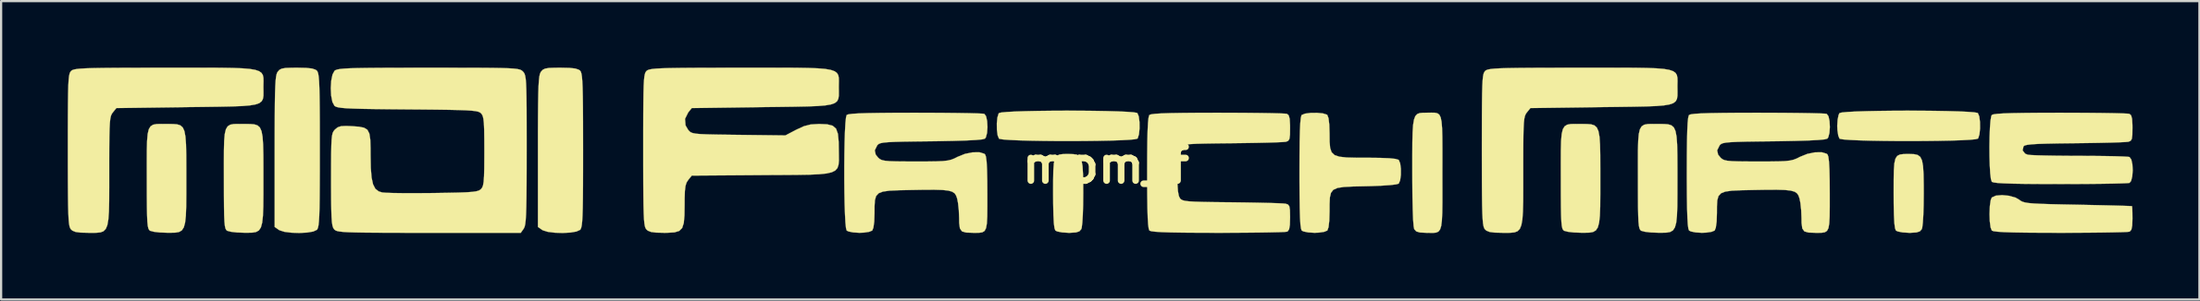
<source format=kicad_pcb>
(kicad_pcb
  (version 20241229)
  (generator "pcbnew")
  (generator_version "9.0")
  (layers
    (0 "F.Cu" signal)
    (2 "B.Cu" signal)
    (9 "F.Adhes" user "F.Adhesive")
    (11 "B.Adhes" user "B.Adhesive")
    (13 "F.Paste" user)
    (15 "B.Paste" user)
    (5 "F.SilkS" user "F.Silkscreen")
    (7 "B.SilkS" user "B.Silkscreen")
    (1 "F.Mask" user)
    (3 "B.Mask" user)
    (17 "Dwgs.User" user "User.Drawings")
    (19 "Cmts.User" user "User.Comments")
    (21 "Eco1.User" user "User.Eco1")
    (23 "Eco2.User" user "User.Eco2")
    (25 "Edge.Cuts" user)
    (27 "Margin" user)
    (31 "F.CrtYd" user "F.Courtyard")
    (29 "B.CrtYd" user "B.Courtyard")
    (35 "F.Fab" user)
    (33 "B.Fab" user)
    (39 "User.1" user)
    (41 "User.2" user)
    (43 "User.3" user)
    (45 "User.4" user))
  (footprint "mpm_f"
    (layer "F.Cu")
    (at 46.741 4.409)
    (property "Reference" "mpm_f" (at 0 0 0) (layer "F.SilkS") (effects (font (size 1.524 1.524) (thickness 0.3))))
    (attr through_hole)
    (fp_poly (pts (xy -1.67 -0.508) (xy -1.452 -0.501) (xy -1.288 -0.464) (xy -1.172 -0.377) (xy -1.094 -0.218) (xy -1.048 0.034) (xy -1.025 0.401) (xy -1.017 0.903) (xy -1.016 1.261) (xy -1.021 1.788) (xy -1.035 2.241) (xy -1.057 2.595) (xy -1.085 2.822) (xy -1.104 2.884) (xy -1.189 2.981) (xy -1.342 3.031) (xy -1.609 3.048) (xy -1.679 3.048) (xy -1.963 3.031) (xy -2.184 2.988) (xy -2.269 2.946) (xy -2.309 2.842) (xy -2.339 2.611) (xy -2.358 2.243) (xy -2.369 1.725) (xy -2.371 1.256) (xy -2.37 0.668) (xy -2.362 0.227) (xy -2.339 -0.087) (xy -2.291 -0.296) (xy -2.211 -0.421) (xy -2.089 -0.484) (xy -1.918 -0.506) (xy -1.689 -0.508) (xy -1.67 -0.508)) (stroke (width 0.01) (type solid)) (fill yes) (layer "F.SilkS"))
    (fp_poly (pts (xy 36.176 -0.508) (xy 36.394 -0.501) (xy 36.558 -0.464) (xy 36.674 -0.377) (xy 36.752 -0.218) (xy 36.798 0.034) (xy 36.821 0.401) (xy 36.829 0.903) (xy 36.83 1.261) (xy 36.825 1.788) (xy 36.811 2.241) (xy 36.789 2.595) (xy 36.761 2.822) (xy 36.742 2.884) (xy 36.657 2.981) (xy 36.504 3.031) (xy 36.237 3.048) (xy 36.167 3.048) (xy 35.883 3.031) (xy 35.662 2.988) (xy 35.577 2.946) (xy 35.537 2.842) (xy 35.507 2.611) (xy 35.488 2.243) (xy 35.477 1.725) (xy 35.475 1.256) (xy 35.476 0.668) (xy 35.484 0.227) (xy 35.507 -0.087) (xy 35.555 -0.296) (xy 35.635 -0.421) (xy 35.757 -0.484) (xy 35.928 -0.506) (xy 36.157 -0.508) (xy 36.176 -0.508)) (stroke (width 0.01) (type solid)) (fill yes) (layer "F.SilkS"))
    (fp_poly (pts (xy -1.164 -2.462) (xy -0.549 -2.456) (xy 0.023 -2.446) (xy 0.527 -2.432) (xy 0.941 -2.413) (xy 1.241 -2.391) (xy 1.403 -2.364) (xy 1.422 -2.354) (xy 1.484 -2.205) (xy 1.516 -1.954) (xy 1.519 -1.663) (xy 1.493 -1.398) (xy 1.438 -1.222) (xy 1.422 -1.202) (xy 1.311 -1.174) (xy 1.054 -1.15) (xy 0.675 -1.13) (xy 0.198 -1.114) (xy -0.354 -1.103) (xy -0.957 -1.096) (xy -1.588 -1.093) (xy -2.223 -1.094) (xy -2.838 -1.1) (xy -3.409 -1.11) (xy -3.914 -1.124) (xy -4.328 -1.143) (xy -4.628 -1.165) (xy -4.79 -1.192) (xy -4.809 -1.202) (xy -4.87 -1.351) (xy -4.903 -1.602) (xy -4.906 -1.893) (xy -4.88 -2.158) (xy -4.825 -2.334) (xy -4.809 -2.354) (xy -4.698 -2.382) (xy -4.441 -2.406) (xy -4.062 -2.426) (xy -3.585 -2.442) (xy -3.033 -2.453) (xy -2.43 -2.46) (xy -1.799 -2.463) (xy -1.164 -2.462)) (stroke (width 0.01) (type solid)) (fill yes) (layer "F.SilkS"))
    (fp_poly (pts (xy 36.682 -2.462) (xy 37.297 -2.456) (xy 37.869 -2.446) (xy 38.373 -2.432) (xy 38.787 -2.413) (xy 39.087 -2.391) (xy 39.249 -2.364) (xy 39.268 -2.354) (xy 39.33 -2.205) (xy 39.362 -1.954) (xy 39.365 -1.663) (xy 39.339 -1.398) (xy 39.284 -1.222) (xy 39.268 -1.202) (xy 39.157 -1.174) (xy 38.9 -1.15) (xy 38.521 -1.13) (xy 38.044 -1.114) (xy 37.492 -1.103) (xy 36.889 -1.096) (xy 36.258 -1.093) (xy 35.623 -1.094) (xy 35.008 -1.1) (xy 34.437 -1.11) (xy 33.932 -1.124) (xy 33.518 -1.143) (xy 33.218 -1.165) (xy 33.056 -1.192) (xy 33.037 -1.202) (xy 32.981 -1.339) (xy 32.944 -1.582) (xy 32.935 -1.778) (xy 32.953 -2.058) (xy 32.997 -2.275) (xy 33.037 -2.354) (xy 33.148 -2.382) (xy 33.405 -2.406) (xy 33.784 -2.426) (xy 34.261 -2.442) (xy 34.813 -2.453) (xy 35.416 -2.46) (xy 36.047 -2.463) (xy 36.682 -2.462)) (stroke (width 0.01) (type solid)) (fill yes) (layer "F.SilkS"))
    (fp_poly (pts (xy -42.259 -1.863) (xy -42.012 -1.862) (xy -41.817 -1.847) (xy -41.669 -1.801) (xy -41.561 -1.705) (xy -41.487 -1.541) (xy -41.441 -1.291) (xy -41.415 -0.936) (xy -41.404 -0.459) (xy -41.402 0.158) (xy -41.402 0.593) (xy -41.402 1.301) (xy -41.407 1.859) (xy -41.423 2.283) (xy -41.457 2.592) (xy -41.515 2.804) (xy -41.603 2.938) (xy -41.728 3.011) (xy -41.896 3.041) (xy -42.115 3.046) (xy -42.275 3.045) (xy -42.598 3.033) (xy -42.869 3.001) (xy -43.029 2.958) (xy -43.032 2.957) (xy -43.076 2.919) (xy -43.111 2.85) (xy -43.137 2.731) (xy -43.156 2.543) (xy -43.168 2.265) (xy -43.175 1.88) (xy -43.179 1.366) (xy -43.18 0.706) (xy -43.18 0.591) (xy -43.181 -0.118) (xy -43.179 -0.677) (xy -43.168 -1.102) (xy -43.141 -1.412) (xy -43.091 -1.625) (xy -43.011 -1.758) (xy -42.894 -1.831) (xy -42.735 -1.861) (xy -42.525 -1.865) (xy -42.259 -1.863)) (stroke (width 0.01) (type solid)) (fill yes) (layer "F.SilkS"))
    (fp_poly (pts (xy -38.788 -1.863) (xy -38.54 -1.862) (xy -38.346 -1.847) (xy -38.198 -1.801) (xy -38.09 -1.705) (xy -38.016 -1.541) (xy -37.969 -1.291) (xy -37.944 -0.936) (xy -37.933 -0.459) (xy -37.931 0.158) (xy -37.931 0.593) (xy -37.931 1.301) (xy -37.936 1.859) (xy -37.952 2.283) (xy -37.986 2.592) (xy -38.043 2.804) (xy -38.131 2.938) (xy -38.257 3.011) (xy -38.425 3.041) (xy -38.643 3.046) (xy -38.803 3.045) (xy -39.127 3.033) (xy -39.398 3.001) (xy -39.558 2.958) (xy -39.56 2.957) (xy -39.605 2.919) (xy -39.64 2.85) (xy -39.666 2.731) (xy -39.684 2.543) (xy -39.697 2.265) (xy -39.704 1.88) (xy -39.708 1.366) (xy -39.709 0.706) (xy -39.709 0.591) (xy -39.71 -0.118) (xy -39.708 -0.677) (xy -39.697 -1.102) (xy -39.67 -1.412) (xy -39.619 -1.625) (xy -39.539 -1.758) (xy -39.423 -1.831) (xy -39.263 -1.861) (xy -39.054 -1.865) (xy -38.788 -1.863)) (stroke (width 0.01) (type solid)) (fill yes) (layer "F.SilkS"))
    (fp_poly (pts (xy 14.815 -2.371) (xy 14.93 -2.347) (xy 15.017 -2.283) (xy 15.078 -2.162) (xy 15.118 -1.967) (xy 15.142 -1.681) (xy 15.153 -1.287) (xy 15.156 -0.767) (xy 15.156 -0.105) (xy 15.155 0.339) (xy 15.156 1.089) (xy 15.156 1.687) (xy 15.15 2.15) (xy 15.133 2.495) (xy 15.102 2.74) (xy 15.051 2.901) (xy 14.975 2.995) (xy 14.872 3.04) (xy 14.735 3.052) (xy 14.56 3.05) (xy 14.432 3.048) (xy 14.146 3.035) (xy 13.981 2.986) (xy 13.889 2.886) (xy 13.888 2.884) (xy 13.861 2.747) (xy 13.838 2.452) (xy 13.821 2.011) (xy 13.808 1.438) (xy 13.802 0.743) (xy 13.801 0.308) (xy 13.801 -0.435) (xy 13.804 -1.027) (xy 13.815 -1.484) (xy 13.838 -1.823) (xy 13.878 -2.063) (xy 13.938 -2.22) (xy 14.023 -2.312) (xy 14.138 -2.356) (xy 14.287 -2.37) (xy 14.474 -2.371) (xy 14.477 -2.371) (xy 14.665 -2.374) (xy 14.815 -2.371)) (stroke (width 0.01) (type solid)) (fill yes) (layer "F.SilkS"))
    (fp_poly (pts (xy 21.41 -1.863) (xy 21.658 -1.862) (xy 21.852 -1.847) (xy 22 -1.801) (xy 22.108 -1.705) (xy 22.182 -1.541) (xy 22.229 -1.291) (xy 22.254 -0.936) (xy 22.265 -0.459) (xy 22.267 0.158) (xy 22.267 0.593) (xy 22.267 1.301) (xy 22.262 1.859) (xy 22.246 2.283) (xy 22.212 2.592) (xy 22.155 2.804) (xy 22.067 2.938) (xy 21.941 3.011) (xy 21.773 3.041) (xy 21.555 3.046) (xy 21.395 3.045) (xy 21.071 3.033) (xy 20.8 3.001) (xy 20.64 2.958) (xy 20.637 2.957) (xy 20.593 2.919) (xy 20.558 2.85) (xy 20.532 2.731) (xy 20.514 2.543) (xy 20.501 2.265) (xy 20.494 1.88) (xy 20.49 1.366) (xy 20.489 0.706) (xy 20.489 0.591) (xy 20.488 -0.118) (xy 20.49 -0.677) (xy 20.501 -1.102) (xy 20.528 -1.412) (xy 20.579 -1.625) (xy 20.659 -1.758) (xy 20.775 -1.831) (xy 20.935 -1.861) (xy 21.144 -1.865) (xy 21.41 -1.863)) (stroke (width 0.01) (type solid)) (fill yes) (layer "F.SilkS"))
    (fp_poly (pts (xy 24.882 -1.863) (xy 25.129 -1.862) (xy 25.323 -1.847) (xy 25.471 -1.801) (xy 25.579 -1.705) (xy 25.653 -1.541) (xy 25.7 -1.291) (xy 25.726 -0.936) (xy 25.736 -0.459) (xy 25.739 0.158) (xy 25.739 0.593) (xy 25.738 1.301) (xy 25.734 1.859) (xy 25.717 2.283) (xy 25.684 2.592) (xy 25.626 2.804) (xy 25.538 2.938) (xy 25.413 3.011) (xy 25.244 3.041) (xy 25.026 3.046) (xy 24.866 3.045) (xy 24.542 3.033) (xy 24.272 3.001) (xy 24.111 2.958) (xy 24.109 2.957) (xy 24.064 2.919) (xy 24.03 2.85) (xy 24.004 2.731) (xy 23.985 2.543) (xy 23.973 2.265) (xy 23.965 1.88) (xy 23.962 1.366) (xy 23.961 0.706) (xy 23.961 0.591) (xy 23.96 -0.118) (xy 23.961 -0.677) (xy 23.973 -1.102) (xy 24 -1.412) (xy 24.05 -1.625) (xy 24.13 -1.758) (xy 24.246 -1.831) (xy 24.406 -1.861) (xy 24.616 -1.865) (xy 24.882 -1.863)) (stroke (width 0.01) (type solid)) (fill yes) (layer "F.SilkS"))
    (fp_poly (pts (xy -36.007 -4.394) (xy -35.742 -4.366) (xy -35.581 -4.312) (xy -35.524 -4.27) (xy -35.49 -4.22) (xy -35.463 -4.133) (xy -35.441 -3.994) (xy -35.424 -3.787) (xy -35.411 -3.498) (xy -35.402 -3.109) (xy -35.396 -2.606) (xy -35.392 -1.974) (xy -35.391 -1.197) (xy -35.391 -0.677) (xy -35.391 0.19) (xy -35.394 0.904) (xy -35.398 1.48) (xy -35.405 1.932) (xy -35.416 2.277) (xy -35.431 2.53) (xy -35.45 2.706) (xy -35.474 2.821) (xy -35.504 2.89) (xy -35.524 2.915) (xy -35.689 2.991) (xy -35.969 3.038) (xy -36.313 3.055) (xy -36.667 3.044) (xy -36.982 3.004) (xy -37.205 2.934) (xy -37.234 2.916) (xy -37.423 2.784) (xy -37.423 -0.621) (xy -37.422 -1.485) (xy -37.419 -2.196) (xy -37.415 -2.769) (xy -37.407 -3.22) (xy -37.395 -3.565) (xy -37.38 -3.819) (xy -37.36 -3.998) (xy -37.334 -4.119) (xy -37.303 -4.196) (xy -37.291 -4.214) (xy -37.212 -4.305) (xy -37.104 -4.361) (xy -36.928 -4.391) (xy -36.645 -4.401) (xy -36.408 -4.403) (xy -36.007 -4.394)) (stroke (width 0.01) (type solid)) (fill yes) (layer "F.SilkS"))
    (fp_poly (pts (xy -24.154 -4.394) (xy -23.889 -4.366) (xy -23.728 -4.312) (xy -23.67 -4.27) (xy -23.637 -4.22) (xy -23.61 -4.133) (xy -23.588 -3.994) (xy -23.571 -3.787) (xy -23.558 -3.498) (xy -23.549 -3.109) (xy -23.543 -2.606) (xy -23.539 -1.974) (xy -23.538 -1.197) (xy -23.537 -0.677) (xy -23.538 0.19) (xy -23.54 0.904) (xy -23.545 1.48) (xy -23.552 1.932) (xy -23.563 2.277) (xy -23.577 2.53) (xy -23.596 2.706) (xy -23.621 2.821) (xy -23.65 2.89) (xy -23.67 2.915) (xy -23.836 2.991) (xy -24.116 3.038) (xy -24.459 3.055) (xy -24.814 3.044) (xy -25.129 3.004) (xy -25.352 2.934) (xy -25.381 2.916) (xy -25.569 2.784) (xy -25.569 -0.621) (xy -25.569 -1.485) (xy -25.566 -2.196) (xy -25.561 -2.769) (xy -25.553 -3.22) (xy -25.542 -3.565) (xy -25.526 -3.819) (xy -25.506 -3.998) (xy -25.481 -4.119) (xy -25.449 -4.196) (xy -25.438 -4.214) (xy -25.358 -4.305) (xy -25.25 -4.361) (xy -25.074 -4.391) (xy -24.792 -4.401) (xy -24.555 -4.403) (xy -24.154 -4.394)) (stroke (width 0.01) (type solid)) (fill yes) (layer "F.SilkS"))
    (fp_poly (pts (xy 40.67 1.378) (xy 40.957 1.458) (xy 41.113 1.545) (xy 41.189 1.601) (xy 41.274 1.645) (xy 41.388 1.679) (xy 41.551 1.706) (xy 41.784 1.726) (xy 42.106 1.742) (xy 42.538 1.756) (xy 43.099 1.769) (xy 43.77 1.782) (xy 44.391 1.795) (xy 44.955 1.807) (xy 45.439 1.819) (xy 45.823 1.83) (xy 46.084 1.839) (xy 46.202 1.845) (xy 46.207 1.846) (xy 46.218 1.932) (xy 46.225 2.141) (xy 46.228 2.404) (xy 46.217 2.722) (xy 46.18 2.906) (xy 46.108 2.99) (xy 46.094 2.997) (xy 45.981 3.009) (xy 45.718 3.02) (xy 45.327 3.029) (xy 44.827 3.037) (xy 44.238 3.043) (xy 43.582 3.047) (xy 42.978 3.048) (xy 42.123 3.046) (xy 41.425 3.041) (xy 40.873 3.032) (xy 40.456 3.018) (xy 40.162 3) (xy 39.98 2.977) (xy 39.897 2.948) (xy 39.895 2.946) (xy 39.84 2.805) (xy 39.804 2.53) (xy 39.793 2.201) (xy 39.807 1.838) (xy 39.845 1.576) (xy 39.895 1.456) (xy 40.078 1.372) (xy 40.357 1.348) (xy 40.67 1.378)) (stroke (width 0.01) (type solid)) (fill yes) (layer "F.SilkS"))
    (fp_poly (pts (xy 9.778 -2.34) (xy 9.954 -2.285) (xy 9.974 -2.269) (xy 10.028 -2.125) (xy 10.063 -1.835) (xy 10.075 -1.423) (xy 10.075 -1.422) (xy 10.078 -1.053) (xy 10.102 -0.779) (xy 10.169 -0.586) (xy 10.301 -0.459) (xy 10.519 -0.386) (xy 10.846 -0.35) (xy 11.303 -0.339) (xy 11.752 -0.339) (xy 12.339 -0.333) (xy 12.766 -0.316) (xy 13.044 -0.287) (xy 13.182 -0.245) (xy 13.191 -0.237) (xy 13.255 -0.087) (xy 13.287 0.16) (xy 13.286 0.438) (xy 13.253 0.682) (xy 13.189 0.827) (xy 13.186 0.83) (xy 13.064 0.864) (xy 12.799 0.895) (xy 12.418 0.921) (xy 11.947 0.94) (xy 11.697 0.946) (xy 11.136 0.958) (xy 10.722 0.979) (xy 10.432 1.023) (xy 10.245 1.107) (xy 10.138 1.246) (xy 10.089 1.455) (xy 10.076 1.751) (xy 10.075 2.074) (xy 10.063 2.499) (xy 10.029 2.795) (xy 9.976 2.944) (xy 9.974 2.946) (xy 9.837 3.003) (xy 9.594 3.04) (xy 9.398 3.048) (xy 9.118 3.031) (xy 8.901 2.987) (xy 8.822 2.946) (xy 8.791 2.863) (xy 8.765 2.675) (xy 8.746 2.37) (xy 8.733 1.937) (xy 8.725 1.363) (xy 8.721 0.636) (xy 8.721 0.339) (xy 8.723 -0.446) (xy 8.729 -1.073) (xy 8.741 -1.555) (xy 8.758 -1.904) (xy 8.781 -2.132) (xy 8.81 -2.251) (xy 8.822 -2.269) (xy 8.971 -2.33) (xy 9.222 -2.363) (xy 9.513 -2.366) (xy 9.778 -2.34)) (stroke (width 0.01) (type solid)) (fill yes) (layer "F.SilkS"))
    (fp_poly (pts (xy 43.677 -2.369) (xy 44.325 -2.365) (xy 44.902 -2.359) (xy 45.388 -2.351) (xy 45.763 -2.341) (xy 46.006 -2.33) (xy 46.094 -2.319) (xy 46.169 -2.25) (xy 46.211 -2.093) (xy 46.227 -1.812) (xy 46.228 -1.686) (xy 46.223 -1.376) (xy 46.201 -1.196) (xy 46.149 -1.106) (xy 46.054 -1.064) (xy 46.038 -1.06) (xy 45.904 -1.048) (xy 45.625 -1.035) (xy 45.227 -1.022) (xy 44.733 -1.011) (xy 44.169 -1.002) (xy 43.621 -0.995) (xy 42.926 -0.987) (xy 42.383 -0.976) (xy 41.973 -0.963) (xy 41.68 -0.945) (xy 41.485 -0.921) (xy 41.372 -0.891) (xy 41.322 -0.854) (xy 41.282 -0.668) (xy 41.395 -0.524) (xy 41.514 -0.475) (xy 41.647 -0.462) (xy 41.924 -0.449) (xy 42.32 -0.439) (xy 42.81 -0.431) (xy 43.368 -0.426) (xy 43.829 -0.424) (xy 44.419 -0.422) (xy 44.957 -0.416) (xy 45.418 -0.408) (xy 45.778 -0.396) (xy 46.013 -0.383) (xy 46.094 -0.372) (xy 46.176 -0.26) (xy 46.225 -0.04) (xy 46.239 0.233) (xy 46.219 0.502) (xy 46.166 0.71) (xy 46.094 0.795) (xy 45.981 0.807) (xy 45.718 0.818) (xy 45.327 0.828) (xy 44.827 0.836) (xy 44.238 0.842) (xy 43.582 0.846) (xy 42.978 0.847) (xy 42.123 0.845) (xy 41.425 0.84) (xy 40.873 0.831) (xy 40.456 0.817) (xy 40.162 0.799) (xy 39.98 0.776) (xy 39.897 0.747) (xy 39.895 0.745) (xy 39.855 0.622) (xy 39.824 0.365) (xy 39.803 0.009) (xy 39.791 -0.41) (xy 39.788 -0.856) (xy 39.795 -1.296) (xy 39.811 -1.692) (xy 39.836 -2.011) (xy 39.871 -2.216) (xy 39.895 -2.269) (xy 39.973 -2.298) (xy 40.15 -2.322) (xy 40.437 -2.34) (xy 40.847 -2.354) (xy 41.391 -2.363) (xy 42.081 -2.369) (xy 42.927 -2.371) (xy 42.978 -2.371) (xy 43.677 -2.369)) (stroke (width 0.01) (type solid)) (fill yes) (layer "F.SilkS"))
    (fp_poly (pts (xy -39.864 -4.401) (xy -39.312 -4.392) (xy -38.875 -4.375) (xy -38.541 -4.347) (xy -38.295 -4.305) (xy -38.125 -4.246) (xy -38.016 -4.169) (xy -37.955 -4.07) (xy -37.93 -3.947) (xy -37.926 -3.796) (xy -37.93 -3.616) (xy -37.931 -3.53) (xy -37.928 -3.316) (xy -37.929 -3.141) (xy -37.951 -3) (xy -38.007 -2.89) (xy -38.113 -2.806) (xy -38.285 -2.745) (xy -38.537 -2.702) (xy -38.886 -2.673) (xy -39.346 -2.655) (xy -39.932 -2.643) (xy -40.659 -2.633) (xy -41.36 -2.625) (xy -44.55 -2.582) (xy -44.712 -2.382) (xy -44.759 -2.314) (xy -44.796 -2.227) (xy -44.824 -2.102) (xy -44.844 -1.917) (xy -44.858 -1.654) (xy -44.867 -1.293) (xy -44.871 -0.814) (xy -44.873 -0.197) (xy -44.873 0.245) (xy -44.873 1.007) (xy -44.876 1.618) (xy -44.887 2.093) (xy -44.913 2.45) (xy -44.958 2.705) (xy -45.029 2.875) (xy -45.13 2.978) (xy -45.269 3.029) (xy -45.449 3.047) (xy -45.677 3.049) (xy -45.796 3.048) (xy -46.155 3.04) (xy -46.385 3.01) (xy -46.529 2.952) (xy -46.596 2.893) (xy -46.631 2.841) (xy -46.66 2.758) (xy -46.683 2.628) (xy -46.701 2.437) (xy -46.714 2.167) (xy -46.724 1.804) (xy -46.73 1.331) (xy -46.734 0.733) (xy -46.736 -0.006) (xy -46.736 -0.692) (xy -46.736 -1.547) (xy -46.734 -2.248) (xy -46.73 -2.812) (xy -46.724 -3.255) (xy -46.715 -3.592) (xy -46.701 -3.839) (xy -46.683 -4.013) (xy -46.659 -4.129) (xy -46.63 -4.203) (xy -46.593 -4.251) (xy -46.581 -4.263) (xy -46.533 -4.295) (xy -46.455 -4.322) (xy -46.334 -4.344) (xy -46.156 -4.362) (xy -45.906 -4.376) (xy -45.569 -4.386) (xy -45.131 -4.393) (xy -44.577 -4.398) (xy -43.894 -4.401) (xy -43.067 -4.402) (xy -42.348 -4.403) (xy -41.368 -4.403) (xy -40.545 -4.404) (xy -39.864 -4.401)) (stroke (width 0.01) (type solid)) (fill yes) (layer "F.SilkS"))
    (fp_poly (pts (xy 23.805 -4.401) (xy 24.358 -4.392) (xy 24.794 -4.375) (xy 25.129 -4.347) (xy 25.374 -4.305) (xy 25.545 -4.246) (xy 25.654 -4.169) (xy 25.714 -4.07) (xy 25.739 -3.947) (xy 25.743 -3.796) (xy 25.739 -3.616) (xy 25.739 -3.53) (xy 25.742 -3.316) (xy 25.74 -3.141) (xy 25.719 -3) (xy 25.663 -2.89) (xy 25.556 -2.806) (xy 25.384 -2.745) (xy 25.132 -2.702) (xy 24.783 -2.673) (xy 24.324 -2.655) (xy 23.738 -2.643) (xy 23.01 -2.633) (xy 22.309 -2.625) (xy 19.12 -2.582) (xy 18.958 -2.382) (xy 18.911 -2.314) (xy 18.874 -2.227) (xy 18.845 -2.102) (xy 18.825 -1.917) (xy 18.811 -1.654) (xy 18.803 -1.293) (xy 18.798 -0.814) (xy 18.796 -0.197) (xy 18.796 0.245) (xy 18.796 1.007) (xy 18.794 1.618) (xy 18.782 2.093) (xy 18.757 2.45) (xy 18.711 2.705) (xy 18.641 2.875) (xy 18.539 2.978) (xy 18.401 3.029) (xy 18.22 3.047) (xy 17.993 3.049) (xy 17.873 3.048) (xy 17.515 3.04) (xy 17.284 3.01) (xy 17.14 2.952) (xy 17.073 2.893) (xy 17.038 2.841) (xy 17.01 2.758) (xy 16.986 2.628) (xy 16.969 2.437) (xy 16.955 2.167) (xy 16.945 1.804) (xy 16.939 1.331) (xy 16.935 0.733) (xy 16.934 -0.006) (xy 16.933 -0.692) (xy 16.934 -1.547) (xy 16.935 -2.248) (xy 16.939 -2.812) (xy 16.945 -3.255) (xy 16.955 -3.592) (xy 16.968 -3.839) (xy 16.986 -4.013) (xy 17.01 -4.129) (xy 17.04 -4.203) (xy 17.076 -4.251) (xy 17.088 -4.263) (xy 17.137 -4.295) (xy 17.214 -4.322) (xy 17.335 -4.344) (xy 17.513 -4.362) (xy 17.764 -4.376) (xy 18.101 -4.386) (xy 18.539 -4.393) (xy 19.092 -4.398) (xy 19.775 -4.401) (xy 20.602 -4.402) (xy 21.322 -4.403) (xy 22.301 -4.403) (xy 23.124 -4.404) (xy 23.805 -4.401)) (stroke (width 0.01) (type solid)) (fill yes) (layer "F.SilkS"))
    (fp_poly (pts (xy 5.746 -2.369) (xy 6.394 -2.365) (xy 6.971 -2.359) (xy 7.457 -2.351) (xy 7.832 -2.341) (xy 8.075 -2.33) (xy 8.163 -2.319) (xy 8.238 -2.25) (xy 8.28 -2.093) (xy 8.296 -1.812) (xy 8.297 -1.686) (xy 8.293 -1.376) (xy 8.27 -1.196) (xy 8.218 -1.106) (xy 8.124 -1.064) (xy 8.107 -1.06) (xy 7.973 -1.048) (xy 7.695 -1.035) (xy 7.296 -1.022) (xy 6.802 -1.011) (xy 6.238 -1.002) (xy 5.687 -0.995) (xy 5.013 -0.988) (xy 4.488 -0.98) (xy 4.092 -0.97) (xy 3.806 -0.955) (xy 3.609 -0.935) (xy 3.48 -0.908) (xy 3.401 -0.873) (xy 3.351 -0.827) (xy 3.337 -0.809) (xy 3.279 -0.67) (xy 3.241 -0.426) (xy 3.222 -0.055) (xy 3.217 0.339) (xy 3.225 0.826) (xy 3.248 1.167) (xy 3.29 1.386) (xy 3.337 1.487) (xy 3.383 1.536) (xy 3.45 1.575) (xy 3.561 1.605) (xy 3.733 1.627) (xy 3.989 1.643) (xy 4.347 1.654) (xy 4.828 1.663) (xy 5.452 1.67) (xy 5.687 1.672) (xy 6.294 1.68) (xy 6.853 1.69) (xy 7.338 1.701) (xy 7.726 1.713) (xy 7.992 1.726) (xy 8.107 1.738) (xy 8.208 1.775) (xy 8.265 1.857) (xy 8.291 2.022) (xy 8.297 2.312) (xy 8.297 2.363) (xy 8.288 2.692) (xy 8.255 2.887) (xy 8.192 2.981) (xy 8.163 2.997) (xy 8.05 3.009) (xy 7.787 3.02) (xy 7.396 3.029) (xy 6.896 3.037) (xy 6.308 3.043) (xy 5.652 3.047) (xy 5.048 3.048) (xy 4.192 3.046) (xy 3.494 3.041) (xy 2.943 3.032) (xy 2.526 3.018) (xy 2.232 3) (xy 2.049 2.977) (xy 1.966 2.948) (xy 1.964 2.946) (xy 1.933 2.863) (xy 1.907 2.675) (xy 1.888 2.37) (xy 1.875 1.937) (xy 1.867 1.363) (xy 1.863 0.636) (xy 1.863 0.339) (xy 1.865 -0.446) (xy 1.871 -1.073) (xy 1.883 -1.555) (xy 1.9 -1.904) (xy 1.923 -2.132) (xy 1.952 -2.251) (xy 1.964 -2.269) (xy 2.042 -2.298) (xy 2.219 -2.322) (xy 2.507 -2.34) (xy 2.917 -2.354) (xy 3.461 -2.363) (xy 4.15 -2.369) (xy 4.997 -2.371) (xy 5.048 -2.371) (xy 5.746 -2.369)) (stroke (width 0.01) (type solid)) (fill yes) (layer "F.SilkS"))
    (fp_poly (pts (xy -13.956 -4.401) (xy -13.404 -4.392) (xy -12.967 -4.375) (xy -12.633 -4.347) (xy -12.387 -4.305) (xy -12.217 -4.246) (xy -12.108 -4.169) (xy -12.047 -4.07) (xy -12.022 -3.947) (xy -12.018 -3.796) (xy -12.022 -3.616) (xy -12.023 -3.53) (xy -12.02 -3.316) (xy -12.021 -3.141) (xy -12.043 -3) (xy -12.099 -2.89) (xy -12.205 -2.806) (xy -12.377 -2.745) (xy -12.629 -2.702) (xy -12.978 -2.673) (xy -13.438 -2.655) (xy -14.024 -2.643) (xy -14.751 -2.633) (xy -15.452 -2.625) (xy -18.642 -2.582) (xy -18.804 -2.382) (xy -18.947 -2.094) (xy -18.923 -1.8) (xy -18.804 -1.597) (xy -18.75 -1.535) (xy -18.688 -1.487) (xy -18.595 -1.452) (xy -18.452 -1.425) (xy -18.237 -1.407) (xy -17.928 -1.394) (xy -17.505 -1.385) (xy -16.947 -1.377) (xy -16.534 -1.372) (xy -14.426 -1.347) (xy -13.935 -1.605) (xy -13.592 -1.763) (xy -13.286 -1.841) (xy -12.92 -1.863) (xy -12.903 -1.863) (xy -12.547 -1.848) (xy -12.301 -1.786) (xy -12.146 -1.652) (xy -12.062 -1.418) (xy -12.028 -1.06) (xy -12.023 -0.729) (xy -12.019 -0.444) (xy -12.017 -0.21) (xy -12.034 -0.023) (xy -12.082 0.124) (xy -12.179 0.235) (xy -12.339 0.316) (xy -12.577 0.371) (xy -12.908 0.405) (xy -13.348 0.425) (xy -13.911 0.434) (xy -14.613 0.439) (xy -15.469 0.443) (xy -15.48 0.444) (xy -18.642 0.466) (xy -18.804 0.666) (xy -18.878 0.783) (xy -18.926 0.937) (xy -18.953 1.166) (xy -18.964 1.506) (xy -18.965 1.769) (xy -18.972 2.259) (xy -19.002 2.605) (xy -19.075 2.831) (xy -19.208 2.964) (xy -19.42 3.028) (xy -19.729 3.047) (xy -19.888 3.048) (xy -20.247 3.04) (xy -20.477 3.01) (xy -20.621 2.952) (xy -20.688 2.893) (xy -20.723 2.841) (xy -20.752 2.758) (xy -20.775 2.628) (xy -20.793 2.437) (xy -20.806 2.167) (xy -20.816 1.804) (xy -20.822 1.331) (xy -20.826 0.733) (xy -20.828 -0.006) (xy -20.828 -0.692) (xy -20.828 -1.547) (xy -20.826 -2.248) (xy -20.822 -2.812) (xy -20.816 -3.255) (xy -20.807 -3.592) (xy -20.793 -3.839) (xy -20.775 -4.013) (xy -20.751 -4.129) (xy -20.722 -4.203) (xy -20.685 -4.251) (xy -20.673 -4.263) (xy -20.625 -4.295) (xy -20.547 -4.322) (xy -20.426 -4.344) (xy -20.248 -4.362) (xy -19.998 -4.376) (xy -19.661 -4.386) (xy -19.223 -4.393) (xy -18.669 -4.398) (xy -17.986 -4.401) (xy -17.159 -4.402) (xy -16.44 -4.403) (xy -15.46 -4.403) (xy -14.637 -4.404) (xy -13.956 -4.401)) (stroke (width 0.01) (type solid)) (fill yes) (layer "F.SilkS"))
    (fp_poly (pts (xy -7.885 -2.369) (xy -7.237 -2.365) (xy -6.66 -2.359) (xy -6.174 -2.351) (xy -5.799 -2.341) (xy -5.556 -2.33) (xy -5.468 -2.319) (xy -5.39 -2.21) (xy -5.343 -1.991) (xy -5.328 -1.722) (xy -5.347 -1.459) (xy -5.401 -1.259) (xy -5.444 -1.2) (xy -5.567 -1.168) (xy -5.853 -1.141) (xy -6.295 -1.118) (xy -6.887 -1.1) (xy -7.62 -1.086) (xy -7.864 -1.083) (xy -8.551 -1.075) (xy -9.089 -1.067) (xy -9.497 -1.056) (xy -9.794 -1.042) (xy -10.001 -1.023) (xy -10.137 -0.997) (xy -10.221 -0.963) (xy -10.274 -0.919) (xy -10.294 -0.894) (xy -10.403 -0.673) (xy -10.36 -0.479) (xy -10.245 -0.339) (xy -10.172 -0.278) (xy -10.078 -0.233) (xy -9.936 -0.203) (xy -9.721 -0.184) (xy -9.406 -0.174) (xy -8.966 -0.17) (xy -8.572 -0.169) (xy -8.029 -0.17) (xy -7.626 -0.176) (xy -7.333 -0.189) (xy -7.12 -0.213) (xy -6.957 -0.252) (xy -6.814 -0.308) (xy -6.671 -0.381) (xy -6.343 -0.513) (xy -6 -0.583) (xy -5.692 -0.587) (xy -5.472 -0.52) (xy -5.436 -0.491) (xy -5.397 -0.389) (xy -5.367 -0.164) (xy -5.348 0.196) (xy -5.337 0.702) (xy -5.334 1.278) (xy -5.334 1.868) (xy -5.338 2.31) (xy -5.355 2.626) (xy -5.392 2.836) (xy -5.456 2.962) (xy -5.556 3.025) (xy -5.699 3.047) (xy -5.892 3.048) (xy -5.969 3.048) (xy -6.286 3.038) (xy -6.475 2.984) (xy -6.569 2.852) (xy -6.601 2.607) (xy -6.604 2.383) (xy -6.618 2.033) (xy -6.654 1.702) (xy -6.692 1.506) (xy -6.739 1.369) (xy -6.807 1.266) (xy -6.918 1.192) (xy -7.094 1.143) (xy -7.356 1.115) (xy -7.726 1.105) (xy -8.226 1.107) (xy -8.751 1.116) (xy -9.32 1.128) (xy -9.742 1.147) (xy -10.039 1.189) (xy -10.232 1.266) (xy -10.344 1.392) (xy -10.397 1.582) (xy -10.413 1.849) (xy -10.414 2.158) (xy -10.427 2.543) (xy -10.464 2.817) (xy -10.516 2.946) (xy -10.652 3.003) (xy -10.895 3.04) (xy -11.091 3.048) (xy -11.372 3.031) (xy -11.588 2.987) (xy -11.667 2.946) (xy -11.698 2.833) (xy -11.724 2.576) (xy -11.744 2.201) (xy -11.76 1.736) (xy -11.77 1.205) (xy -11.775 0.635) (xy -11.775 0.052) (xy -11.77 -0.518) (xy -11.76 -1.05) (xy -11.745 -1.517) (xy -11.724 -1.893) (xy -11.698 -2.152) (xy -11.668 -2.268) (xy -11.667 -2.269) (xy -11.589 -2.298) (xy -11.412 -2.322) (xy -11.125 -2.34) (xy -10.715 -2.354) (xy -10.171 -2.363) (xy -9.481 -2.369) (xy -8.635 -2.371) (xy -8.584 -2.371) (xy -7.885 -2.369)) (stroke (width 0.01) (type solid)) (fill yes) (layer "F.SilkS"))
    (fp_poly (pts (xy 30.046 -2.369) (xy 30.694 -2.365) (xy 31.271 -2.359) (xy 31.757 -2.351) (xy 32.131 -2.341) (xy 32.374 -2.33) (xy 32.463 -2.319) (xy 32.541 -2.21) (xy 32.588 -1.991) (xy 32.602 -1.722) (xy 32.583 -1.459) (xy 32.53 -1.259) (xy 32.487 -1.2) (xy 32.363 -1.168) (xy 32.077 -1.141) (xy 31.635 -1.118) (xy 31.044 -1.1) (xy 30.311 -1.086) (xy 30.067 -1.083) (xy 29.38 -1.075) (xy 28.842 -1.067) (xy 28.434 -1.056) (xy 28.136 -1.042) (xy 27.93 -1.023) (xy 27.794 -0.997) (xy 27.709 -0.963) (xy 27.657 -0.919) (xy 27.637 -0.894) (xy 27.528 -0.673) (xy 27.571 -0.479) (xy 27.686 -0.339) (xy 27.758 -0.278) (xy 27.853 -0.233) (xy 27.994 -0.203) (xy 28.21 -0.184) (xy 28.525 -0.174) (xy 28.965 -0.17) (xy 29.359 -0.169) (xy 29.901 -0.17) (xy 30.304 -0.176) (xy 30.598 -0.189) (xy 30.811 -0.213) (xy 30.974 -0.252) (xy 31.117 -0.308) (xy 31.26 -0.381) (xy 31.588 -0.513) (xy 31.931 -0.583) (xy 32.238 -0.587) (xy 32.459 -0.52) (xy 32.495 -0.491) (xy 32.534 -0.389) (xy 32.563 -0.164) (xy 32.583 0.196) (xy 32.594 0.702) (xy 32.597 1.278) (xy 32.597 1.868) (xy 32.592 2.31) (xy 32.575 2.626) (xy 32.539 2.836) (xy 32.474 2.962) (xy 32.374 3.025) (xy 32.232 3.047) (xy 32.039 3.048) (xy 31.962 3.048) (xy 31.644 3.038) (xy 31.455 2.984) (xy 31.361 2.852) (xy 31.329 2.607) (xy 31.326 2.383) (xy 31.312 2.033) (xy 31.277 1.702) (xy 31.238 1.506) (xy 31.192 1.369) (xy 31.124 1.266) (xy 31.013 1.192) (xy 30.837 1.143) (xy 30.575 1.115) (xy 30.204 1.105) (xy 29.704 1.107) (xy 29.179 1.116) (xy 28.61 1.128) (xy 28.189 1.147) (xy 27.892 1.189) (xy 27.699 1.266) (xy 27.587 1.392) (xy 27.533 1.582) (xy 27.518 1.849) (xy 27.517 2.158) (xy 27.504 2.543) (xy 27.467 2.817) (xy 27.415 2.946) (xy 27.278 3.003) (xy 27.035 3.04) (xy 26.839 3.048) (xy 26.559 3.031) (xy 26.343 2.987) (xy 26.264 2.946) (xy 26.232 2.863) (xy 26.207 2.675) (xy 26.188 2.37) (xy 26.174 1.937) (xy 26.166 1.363) (xy 26.162 0.636) (xy 26.162 0.339) (xy 26.164 -0.446) (xy 26.171 -1.073) (xy 26.182 -1.555) (xy 26.199 -1.904) (xy 26.222 -2.132) (xy 26.252 -2.251) (xy 26.264 -2.269) (xy 26.341 -2.298) (xy 26.518 -2.322) (xy 26.806 -2.34) (xy 27.216 -2.354) (xy 27.76 -2.363) (xy 28.449 -2.369) (xy 29.296 -2.371) (xy 29.347 -2.371) (xy 30.046 -2.369)) (stroke (width 0.01) (type solid)) (fill yes) (layer "F.SilkS"))
    (fp_poly (pts (xy -29.558 -4.402) (xy -28.776 -4.401) (xy -28.134 -4.399) (xy -27.617 -4.395) (xy -27.211 -4.388) (xy -26.901 -4.378) (xy -26.672 -4.364) (xy -26.51 -4.346) (xy -26.399 -4.323) (xy -26.326 -4.295) (xy -26.276 -4.26) (xy -26.247 -4.233) (xy -26.204 -4.185) (xy -26.17 -4.123) (xy -26.142 -4.031) (xy -26.12 -3.893) (xy -26.104 -3.691) (xy -26.093 -3.411) (xy -26.085 -3.036) (xy -26.08 -2.548) (xy -26.078 -1.933) (xy -26.077 -1.174) (xy -26.077 -0.696) (xy -26.078 0.163) (xy -26.081 0.869) (xy -26.086 1.437) (xy -26.094 1.884) (xy -26.105 2.224) (xy -26.121 2.475) (xy -26.141 2.651) (xy -26.167 2.769) (xy -26.199 2.844) (xy -26.209 2.86) (xy -26.341 3.048) (xy -30.472 3.048) (xy -31.417 3.048) (xy -32.207 3.046) (xy -32.857 3.044) (xy -33.38 3.039) (xy -33.792 3.032) (xy -34.107 3.022) (xy -34.339 3.008) (xy -34.503 2.99) (xy -34.613 2.968) (xy -34.684 2.94) (xy -34.729 2.907) (xy -34.743 2.893) (xy -34.787 2.827) (xy -34.821 2.723) (xy -34.846 2.562) (xy -34.863 2.322) (xy -34.874 1.984) (xy -34.88 1.525) (xy -34.883 0.926) (xy -34.883 0.649) (xy -34.882 0.000405) (xy -34.879 -0.501) (xy -34.872 -0.875) (xy -34.86 -1.145) (xy -34.84 -1.331) (xy -34.812 -1.455) (xy -34.772 -1.538) (xy -34.72 -1.601) (xy -34.704 -1.618) (xy -34.584 -1.714) (xy -34.434 -1.763) (xy -34.206 -1.774) (xy -33.953 -1.764) (xy -33.626 -1.74) (xy -33.397 -1.694) (xy -33.247 -1.6) (xy -33.16 -1.43) (xy -33.118 -1.16) (xy -33.106 -0.763) (xy -33.105 -0.453) (xy -33.095 0.124) (xy -33.06 0.554) (xy -32.994 0.859) (xy -32.891 1.059) (xy -32.743 1.177) (xy -32.582 1.228) (xy -32.418 1.241) (xy -32.114 1.252) (xy -31.695 1.258) (xy -31.191 1.26) (xy -30.628 1.257) (xy -30.292 1.254) (xy -29.65 1.244) (xy -29.157 1.234) (xy -28.789 1.22) (xy -28.527 1.201) (xy -28.349 1.176) (xy -28.233 1.143) (xy -28.159 1.099) (xy -28.133 1.076) (xy -28.079 1.006) (xy -28.04 0.903) (xy -28.013 0.742) (xy -27.996 0.498) (xy -27.986 0.146) (xy -27.983 -0.338) (xy -27.982 -0.635) (xy -27.984 -1.194) (xy -27.99 -1.608) (xy -28.003 -1.902) (xy -28.025 -2.101) (xy -28.058 -2.23) (xy -28.105 -2.314) (xy -28.133 -2.346) (xy -28.184 -2.386) (xy -28.259 -2.418) (xy -28.376 -2.444) (xy -28.552 -2.464) (xy -28.803 -2.481) (xy -29.147 -2.493) (xy -29.598 -2.503) (xy -30.176 -2.511) (xy -30.895 -2.518) (xy -31.432 -2.522) (xy -32.257 -2.529) (xy -32.929 -2.537) (xy -33.464 -2.546) (xy -33.879 -2.558) (xy -34.19 -2.572) (xy -34.414 -2.591) (xy -34.567 -2.614) (xy -34.665 -2.643) (xy -34.725 -2.678) (xy -34.731 -2.683) (xy -34.824 -2.858) (xy -34.879 -3.142) (xy -34.896 -3.48) (xy -34.876 -3.818) (xy -34.818 -4.098) (xy -34.728 -4.263) (xy -34.679 -4.295) (xy -34.602 -4.322) (xy -34.481 -4.344) (xy -34.303 -4.362) (xy -34.052 -4.376) (xy -33.715 -4.386) (xy -33.277 -4.393) (xy -32.724 -4.398) (xy -32.041 -4.401) (xy -31.214 -4.402) (xy -30.494 -4.403) (xy -29.558 -4.402)) (stroke (width 0.01) (type solid)) (fill yes) (layer "F.SilkS")))
  (gr_rect
    (start -3 -3)
    (end 95.985 10.469)
    (stroke (width 0.1) (type default))
    (fill no)
    (layer "Edge.Cuts")))
</source>
